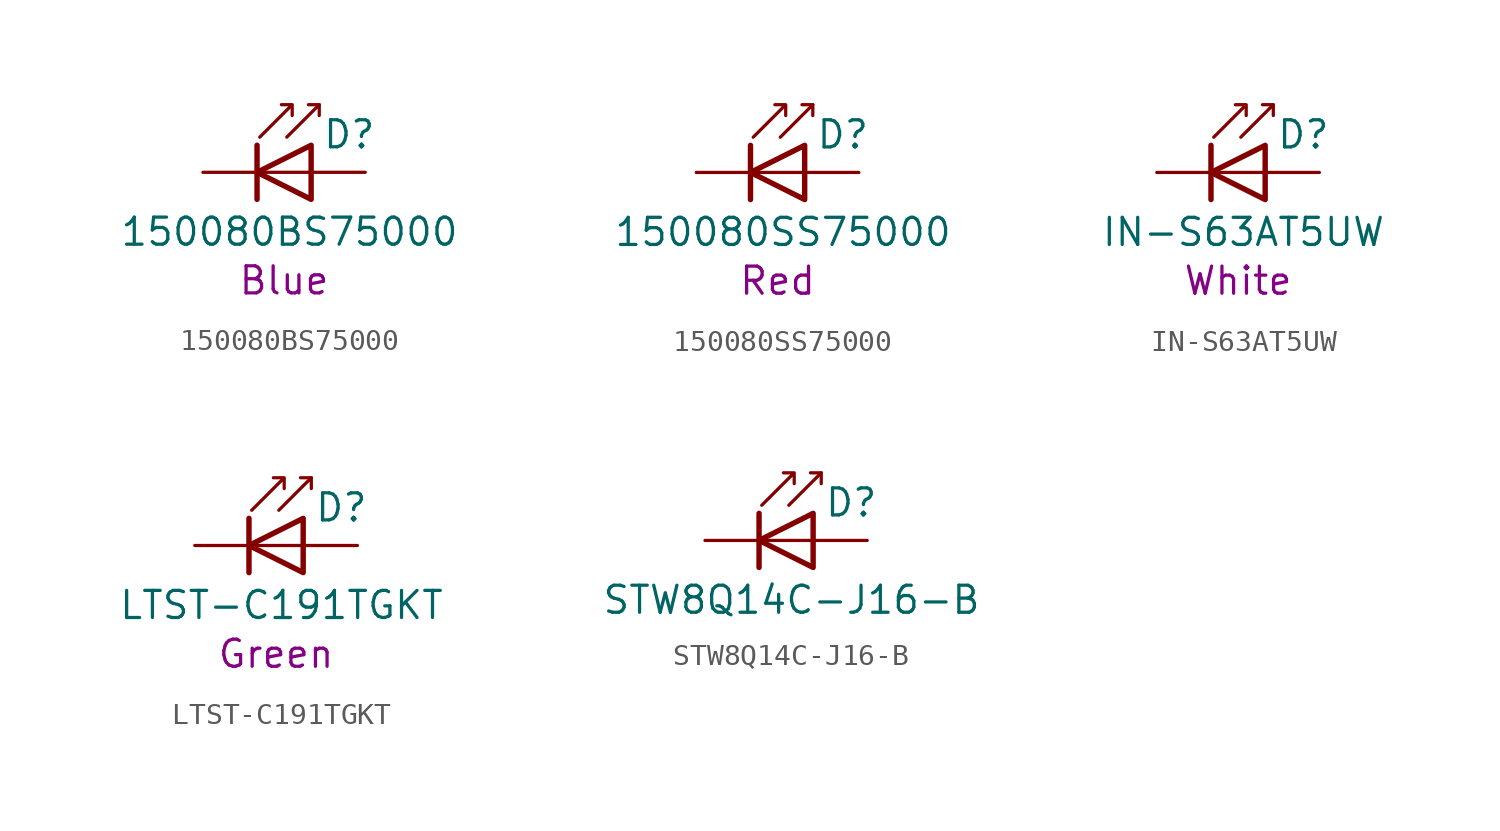
<source format=kicad_sym>
(kicad_symbol_lib
  (version 20211014)
  (generator kicad_symbol_editor)
  (symbol "150080BS75000"
    (pin_numbers hide)
    (pin_names
      (offset 1.016) hide)
    (property "Reference" "D"
      (at 0.508 1.778 0)
      (effects (font (size 1.27 1.27)) (justify left)))
    (property "Value" "150080BS75000"
      (at -1.016 -2.794 0)
      (effects (font (size 1.27 1.27))))
    (property "Info" "Blue"
      (at -1.27 -5.08 0)
      (effects (font (size 1.27 1.27))))
    (symbol "150080BS75000_0_1"
      (polyline (pts (xy -2.54 1.27) (xy -2.54 -1.27)) (stroke (width 0.254) (type default) (color 0 0 0 0)) (fill (type none)))
      (polyline (pts (xy 0 0) (xy -2.54 0)) (stroke (width 0) (type default) (color 0 0 0 0)) (fill (type none)))
      (polyline (pts (xy 0.381 3.175) (xy -0.127 3.175)) (stroke (width 0) (type default) (color 0 0 0 0)) (fill (type none)))
      (polyline (pts (xy -1.143 1.651) (xy 0.381 3.175) (xy 0.381 2.667)) (stroke (width 0) (type default) (color 0 0 0 0)) (fill (type none)))
      (polyline (pts (xy 0 -1.27) (xy -2.54 0) (xy 0 1.27) (xy 0 -1.27)) (stroke (width 0.254) (type default) (color 0 0 0 0)) (fill (type none)))
      (polyline (pts (xy -2.413 1.651) (xy -0.889 3.175) (xy -0.889 2.667) (xy -0.889 3.175) (xy -1.397 3.175)) (stroke (width 0) (type default) (color 0 0 0 0)) (fill (type none))))
    (symbol "150080BS75000_1_1"
      (pin passive line (at -5.08 0 0) (length 2.54) (name "K" (effects (font (size 1.27 1.27)))) (number "1" (effects (font (size 1.27 1.27)))))
      (pin passive line (at 2.54 0 180) (length 2.54) (name "A" (effects (font (size 1.27 1.27)))) (number "2" (effects (font (size 1.27 1.27)))))))
  (symbol "150080SS75000"
    (pin_numbers hide)
    (pin_names
      (offset 1.016) hide)
    (property "Reference" "D"
      (at 0.508 1.778 0)
      (effects (font (size 1.27 1.27)) (justify left)))
    (property "Value" "150080SS75000"
      (at -1.016 -2.794 0)
      (effects (font (size 1.27 1.27))))
    (property "Info" "Red"
      (at -1.27 -5.08 0)
      (effects (font (size 1.27 1.27))))
    (symbol "150080SS75000_0_1"
      (polyline (pts (xy -2.54 1.27) (xy -2.54 -1.27)) (stroke (width 0.254) (type default) (color 0 0 0 0)) (fill (type none)))
      (polyline (pts (xy 0 0) (xy -2.54 0)) (stroke (width 0) (type default) (color 0 0 0 0)) (fill (type none)))
      (polyline (pts (xy 0.381 3.175) (xy -0.127 3.175)) (stroke (width 0) (type default) (color 0 0 0 0)) (fill (type none)))
      (polyline (pts (xy -1.143 1.651) (xy 0.381 3.175) (xy 0.381 2.667)) (stroke (width 0) (type default) (color 0 0 0 0)) (fill (type none)))
      (polyline (pts (xy 0 -1.27) (xy -2.54 0) (xy 0 1.27) (xy 0 -1.27)) (stroke (width 0.254) (type default) (color 0 0 0 0)) (fill (type none)))
      (polyline (pts (xy -2.413 1.651) (xy -0.889 3.175) (xy -0.889 2.667) (xy -0.889 3.175) (xy -1.397 3.175)) (stroke (width 0) (type default) (color 0 0 0 0)) (fill (type none))))
    (symbol "150080SS75000_1_1"
      (pin passive line (at -5.08 0 0) (length 2.54) (name "K" (effects (font (size 1.27 1.27)))) (number "1" (effects (font (size 1.27 1.27)))))
      (pin passive line (at 2.54 0 180) (length 2.54) (name "A" (effects (font (size 1.27 1.27)))) (number "2" (effects (font (size 1.27 1.27)))))))
  (symbol "IN-S63AT5UW"
    (pin_numbers hide)
    (pin_names
      (offset 1.016) hide)
    (property "Reference" "D"
      (at 0.508 1.778 0)
      (effects (font (size 1.27 1.27)) (justify left)))
    (property "Value" "IN-S63AT5UW"
      (at -1.016 -2.794 0)
      (effects (font (size 1.27 1.27))))
    (property "Info" "White"
      (at -1.27 -5.08 0)
      (effects (font (size 1.27 1.27))))
    (symbol "IN-S63AT5UW_0_1"
      (polyline (pts (xy -2.54 1.27) (xy -2.54 -1.27)) (stroke (width 0.254) (type default) (color 0 0 0 0)) (fill (type none)))
      (polyline (pts (xy 0 0) (xy -2.54 0)) (stroke (width 0) (type default) (color 0 0 0 0)) (fill (type none)))
      (polyline (pts (xy 0.381 3.175) (xy -0.127 3.175)) (stroke (width 0) (type default) (color 0 0 0 0)) (fill (type none)))
      (polyline (pts (xy -1.143 1.651) (xy 0.381 3.175) (xy 0.381 2.667)) (stroke (width 0) (type default) (color 0 0 0 0)) (fill (type none)))
      (polyline (pts (xy 0 -1.27) (xy -2.54 0) (xy 0 1.27) (xy 0 -1.27)) (stroke (width 0.254) (type default) (color 0 0 0 0)) (fill (type none)))
      (polyline (pts (xy -2.413 1.651) (xy -0.889 3.175) (xy -0.889 2.667) (xy -0.889 3.175) (xy -1.397 3.175)) (stroke (width 0) (type default) (color 0 0 0 0)) (fill (type none))))
    (symbol "IN-S63AT5UW_1_1"
      (pin passive line (at -5.08 0 0) (length 2.54) (name "K" (effects (font (size 1.27 1.27)))) (number "1" (effects (font (size 1.27 1.27)))))
      (pin passive line (at 2.54 0 180) (length 2.54) (name "A" (effects (font (size 1.27 1.27)))) (number "2" (effects (font (size 1.27 1.27)))))))
  (symbol "LTST-C191TGKT"
    (pin_numbers hide)
    (pin_names
      (offset 1.016) hide)
    (property "Reference" "D"
      (at 0.508 1.778 0)
      (effects (font (size 1.27 1.27)) (justify left)))
    (property "Value" "LTST-C191TGKT"
      (at -1.016 -2.794 0)
      (effects (font (size 1.27 1.27))))
    (property "Info" "Green"
      (at -1.27 -5.08 0)
      (effects (font (size 1.27 1.27))))
    (symbol "LTST-C191TGKT_0_1"
      (polyline (pts (xy -2.54 1.27) (xy -2.54 -1.27)) (stroke (width 0.254) (type default) (color 0 0 0 0)) (fill (type none)))
      (polyline (pts (xy 0 0) (xy -2.54 0)) (stroke (width 0) (type default) (color 0 0 0 0)) (fill (type none)))
      (polyline (pts (xy 0.381 3.175) (xy -0.127 3.175)) (stroke (width 0) (type default) (color 0 0 0 0)) (fill (type none)))
      (polyline (pts (xy -1.143 1.651) (xy 0.381 3.175) (xy 0.381 2.667)) (stroke (width 0) (type default) (color 0 0 0 0)) (fill (type none)))
      (polyline (pts (xy 0 -1.27) (xy -2.54 0) (xy 0 1.27) (xy 0 -1.27)) (stroke (width 0.254) (type default) (color 0 0 0 0)) (fill (type none)))
      (polyline (pts (xy -2.413 1.651) (xy -0.889 3.175) (xy -0.889 2.667) (xy -0.889 3.175) (xy -1.397 3.175)) (stroke (width 0) (type default) (color 0 0 0 0)) (fill (type none))))
    (symbol "LTST-C191TGKT_1_1"
      (pin passive line (at -5.08 0 0) (length 2.54) (name "K" (effects (font (size 1.27 1.27)))) (number "1" (effects (font (size 1.27 1.27)))))
      (pin passive line (at 2.54 0 180) (length 2.54) (name "A" (effects (font (size 1.27 1.27)))) (number "2" (effects (font (size 1.27 1.27)))))))
  (symbol "STW8Q14C-J16-B"
    (pin_numbers hide)
    (pin_names
      (offset 1.016) hide)
    (property "Reference" "D"
      (at 0.508 1.778 0)
      (effects (font (size 1.27 1.27)) (justify left)))
    (property "Value" "STW8Q14C-J16-B"
      (at -1.016 -2.794 0)
      (effects (font (size 1.27 1.27))))
    (symbol "STW8Q14C-J16-B_0_1"
      (polyline (pts (xy -2.54 1.27) (xy -2.54 -1.27)) (stroke (width 0.254) (type default) (color 0 0 0 0)) (fill (type none)))
      (polyline (pts (xy 0 0) (xy -2.54 0)) (stroke (width 0) (type default) (color 0 0 0 0)) (fill (type none)))
      (polyline (pts (xy 0.381 3.175) (xy -0.127 3.175)) (stroke (width 0) (type default) (color 0 0 0 0)) (fill (type none)))
      (polyline (pts (xy -1.143 1.651) (xy 0.381 3.175) (xy 0.381 2.667)) (stroke (width 0) (type default) (color 0 0 0 0)) (fill (type none)))
      (polyline (pts (xy 0 -1.27) (xy -2.54 0) (xy 0 1.27) (xy 0 -1.27)) (stroke (width 0.254) (type default) (color 0 0 0 0)) (fill (type none)))
      (polyline (pts (xy -2.413 1.651) (xy -0.889 3.175) (xy -0.889 2.667) (xy -0.889 3.175) (xy -1.397 3.175)) (stroke (width 0) (type default) (color 0 0 0 0)) (fill (type none))))
    (symbol "STW8Q14C-J16-B_1_1"
      (pin passive line (at 2.54 0 180) (length 2.54) (name "A" (effects (font (size 1.27 1.27)))) (number "A" (effects (font (size 1.27 1.27)))))
      (pin passive line (at -5.08 0 0) (length 2.54) (name "K" (effects (font (size 1.27 1.27)))) (number "C" (effects (font (size 1.27 1.27))))))))
</source>
